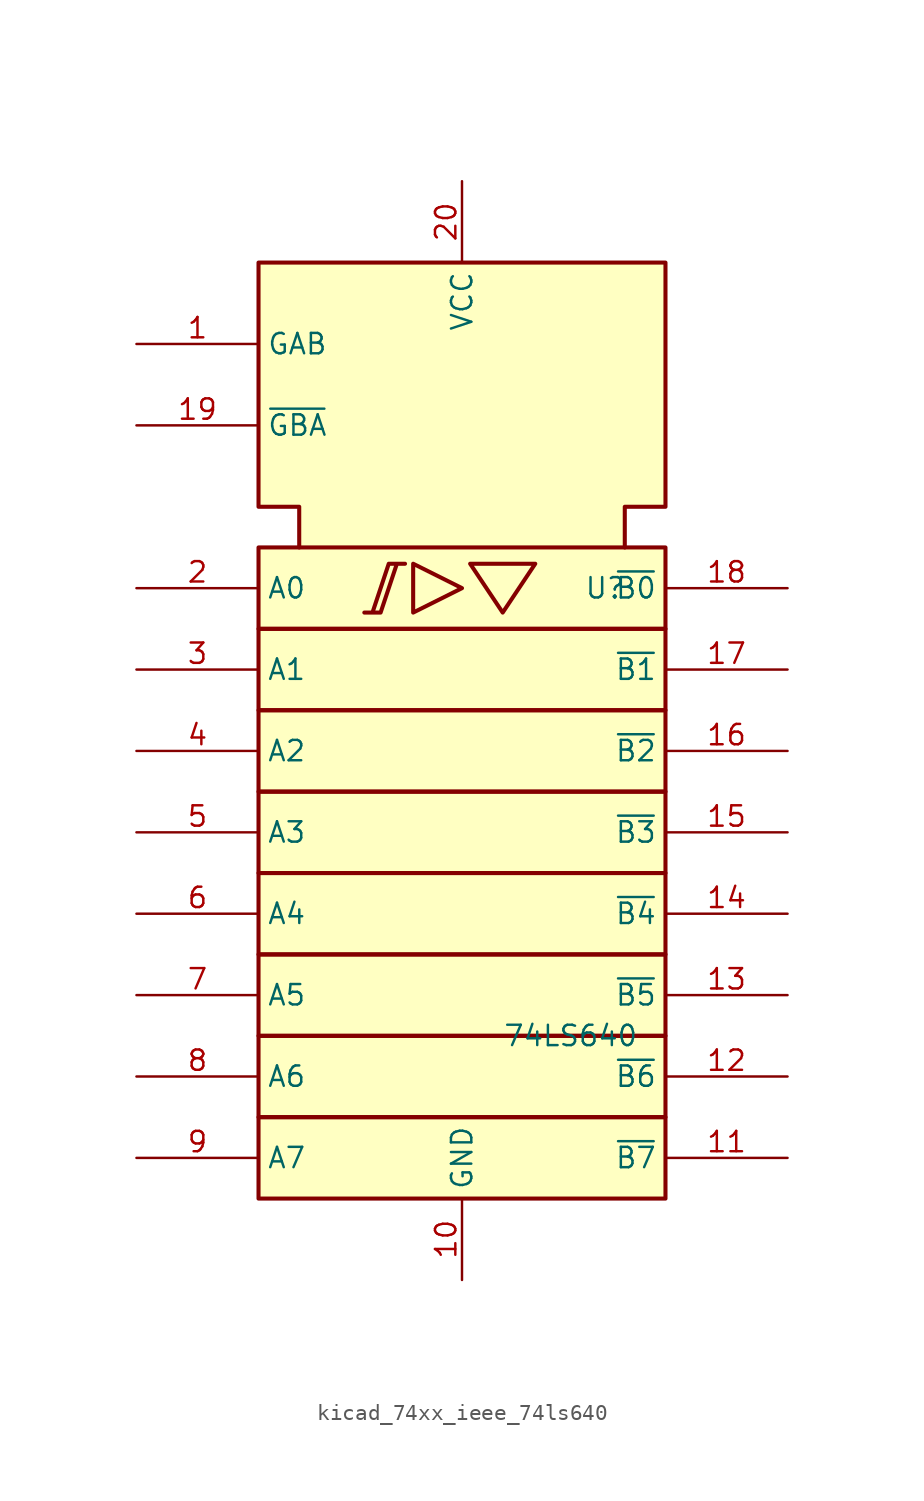
<source format=kicad_sym>
(kicad_symbol_lib
  (version 20220914)
  (generator kicad_symbol_editor)
  (symbol "kicad_74xx_ieee_74ls640"
    (property "Reference" "U"
      (at 7.62 12.7 0)
      (effects (font (size 1.27 1.27)) (justify left)))
    (property "Value" "74LS640"
      (at 2.54 -15.24 0)
      (effects (font (size 1.27 1.27)) (justify left)))
    (symbol "kicad_74xx_ieee_74ls640_0_0"
      (polyline (pts (xy -3.048 14.224) (xy -3.048 11.176) (xy 0 12.7) (xy -3.048 14.224) (xy -3.048 14.224)) (stroke (width 0.254) (type default)) (fill (type background)))
      (polyline (pts (xy 0.508 14.224) (xy 4.572 14.224) (xy 2.54 11.176) (xy 0.508 14.224) (xy 0.508 14.224)) (stroke (width 0.254) (type default)) (fill (type background)))
      (polyline (pts (xy -5.08 11.176) (xy -6.096 11.176) (xy -5.08 11.176) (xy -4.064 14.224) (xy -3.556 14.224) (xy -4.572 14.224) (xy -5.588 11.176) (xy -5.588 11.176)) (stroke (width 0.254) (type default)) (fill (type background)))
      (pin power_in line (at 0 -30.48 90) (length 5.08) (name "GND" (effects (font (size 1.27 1.27)))) (number "10" (effects (font (size 1.27 1.27)))))
      (pin power_in line (at 0 38.1 270) (length 5.08) (name "VCC" (effects (font (size 1.27 1.27)))) (number "20" (effects (font (size 1.27 1.27))))))
    (symbol "kicad_74xx_ieee_74ls640_0_1"
      (rectangle (start -12.7 -20.32) (end 12.7 -25.4) (stroke (width 0.254) (type default)) (fill (type background)))
      (rectangle (start -12.7 -15.24) (end 12.7 -20.32) (stroke (width 0.254) (type default)) (fill (type background)))
      (rectangle (start -12.7 -10.16) (end 12.7 -15.24) (stroke (width 0.254) (type default)) (fill (type background)))
      (rectangle (start -12.7 -5.08) (end 12.7 -10.16) (stroke (width 0.254) (type default)) (fill (type background)))
      (rectangle (start -12.7 0) (end 12.7 -5.08) (stroke (width 0.254) (type default)) (fill (type background)))
      (rectangle (start -12.7 5.08) (end 12.7 0) (stroke (width 0.254) (type default)) (fill (type background)))
      (rectangle (start -12.7 10.16) (end 12.7 5.08) (stroke (width 0.254) (type default)) (fill (type background)))
      (rectangle (start -12.7 15.24) (end 12.7 10.16) (stroke (width 0.254) (type default)) (fill (type background)))
      (polyline (pts (xy -10.16 15.24) (xy -10.16 17.78) (xy -12.7 17.78) (xy -12.7 33.02) (xy 12.7 33.02) (xy 12.7 17.78) (xy 10.16 17.78) (xy 10.16 15.24) (xy 10.16 15.24)) (stroke (width 0.254) (type default)) (fill (type background))))
    (symbol "kicad_74xx_ieee_74ls640_1_1"
      (pin input line (at -20.32 27.94 0) (length 7.62) (name "GAB" (effects (font (size 1.27 1.27)))) (number "1" (effects (font (size 1.27 1.27)))))
      (pin tri_state line (at 20.32 -22.86 180) (length 7.62) (name "~{B7}" (effects (font (size 1.27 1.27)))) (number "11" (effects (font (size 1.27 1.27)))))
      (pin tri_state line (at 20.32 -17.78 180) (length 7.62) (name "~{B6}" (effects (font (size 1.27 1.27)))) (number "12" (effects (font (size 1.27 1.27)))))
      (pin tri_state line (at 20.32 -12.7 180) (length 7.62) (name "~{B5}" (effects (font (size 1.27 1.27)))) (number "13" (effects (font (size 1.27 1.27)))))
      (pin tri_state line (at 20.32 -7.62 180) (length 7.62) (name "~{B4}" (effects (font (size 1.27 1.27)))) (number "14" (effects (font (size 1.27 1.27)))))
      (pin tri_state line (at 20.32 -2.54 180) (length 7.62) (name "~{B3}" (effects (font (size 1.27 1.27)))) (number "15" (effects (font (size 1.27 1.27)))))
      (pin tri_state line (at 20.32 2.54 180) (length 7.62) (name "~{B2}" (effects (font (size 1.27 1.27)))) (number "16" (effects (font (size 1.27 1.27)))))
      (pin tri_state line (at 20.32 7.62 180) (length 7.62) (name "~{B1}" (effects (font (size 1.27 1.27)))) (number "17" (effects (font (size 1.27 1.27)))))
      (pin tri_state line (at 20.32 12.7 180) (length 7.62) (name "~{B0}" (effects (font (size 1.27 1.27)))) (number "18" (effects (font (size 1.27 1.27)))))
      (pin input line (at -20.32 22.86 0) (length 7.62) (name "~{GBA}" (effects (font (size 1.27 1.27)))) (number "19" (effects (font (size 1.27 1.27)))))
      (pin tri_state line (at -20.32 12.7 0) (length 7.62) (name "A0" (effects (font (size 1.27 1.27)))) (number "2" (effects (font (size 1.27 1.27)))))
      (pin tri_state line (at -20.32 7.62 0) (length 7.62) (name "A1" (effects (font (size 1.27 1.27)))) (number "3" (effects (font (size 1.27 1.27)))))
      (pin tri_state line (at -20.32 2.54 0) (length 7.62) (name "A2" (effects (font (size 1.27 1.27)))) (number "4" (effects (font (size 1.27 1.27)))))
      (pin tri_state line (at -20.32 -2.54 0) (length 7.62) (name "A3" (effects (font (size 1.27 1.27)))) (number "5" (effects (font (size 1.27 1.27)))))
      (pin tri_state line (at -20.32 -7.62 0) (length 7.62) (name "A4" (effects (font (size 1.27 1.27)))) (number "6" (effects (font (size 1.27 1.27)))))
      (pin tri_state line (at -20.32 -12.7 0) (length 7.62) (name "A5" (effects (font (size 1.27 1.27)))) (number "7" (effects (font (size 1.27 1.27)))))
      (pin tri_state line (at -20.32 -17.78 0) (length 7.62) (name "A6" (effects (font (size 1.27 1.27)))) (number "8" (effects (font (size 1.27 1.27)))))
      (pin tri_state line (at -20.32 -22.86 0) (length 7.62) (name "A7" (effects (font (size 1.27 1.27)))) (number "9" (effects (font (size 1.27 1.27))))))))
</source>
